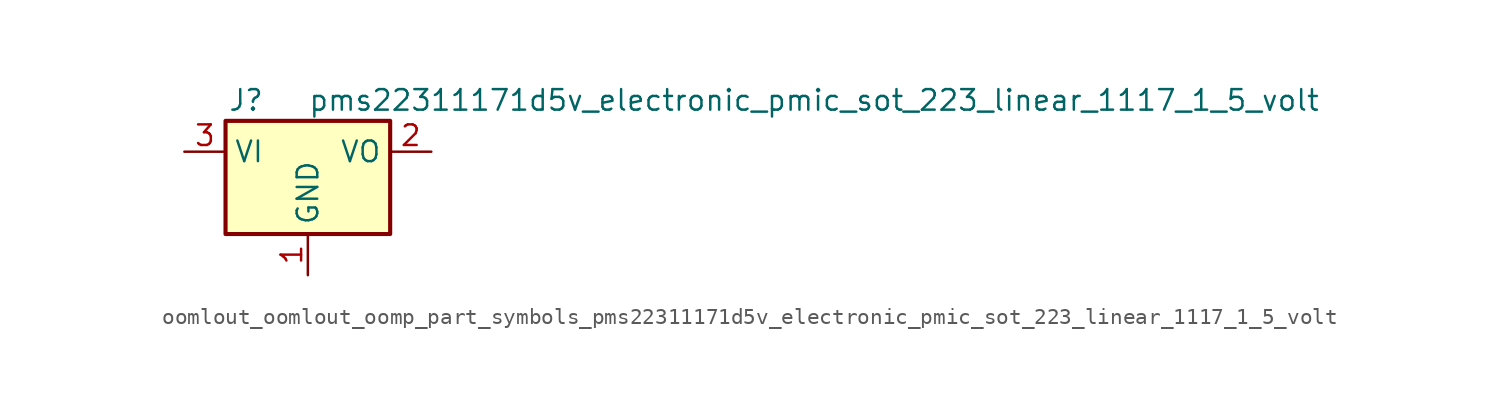
<source format=kicad_sym>
(kicad_symbol_lib
  (version 20220914)
  (generator kicad_symbol_editor)
  (symbol "oomlout_oomlout_oomp_part_symbols_pms22311171d5v_electronic_pmic_sot_223_linear_1117_1_5_volt"
    (property "Reference" "J"
      (at -3.81 3.175 0)
      (effects (font (size 1.27 1.27))))
    (property "Value" "pms22311171d5v_electronic_pmic_sot_223_linear_1117_1_5_volt"
      (at 0 3.175 0)
      (effects (font (size 1.27 1.27)) (justify left)))
    (symbol "oomlout_oomlout_oomp_part_symbols_pms22311171d5v_electronic_pmic_sot_223_linear_1117_1_5_volt_0_1"
      (rectangle (start -5.08 -5.08) (end 5.08 1.905) (stroke (width 0.254) (type default)) (fill (type background))))
    (symbol "oomlout_oomlout_oomp_part_symbols_pms22311171d5v_electronic_pmic_sot_223_linear_1117_1_5_volt_1_1"
      (pin power_in line (at 0 -7.62 90) (length 2.54) (name "GND" (effects (font (size 1.27 1.27)))) (number "1" (effects (font (size 1.27 1.27)))))
      (pin power_out line (at 7.62 0 180) (length 2.54) (name "VO" (effects (font (size 1.27 1.27)))) (number "2" (effects (font (size 1.27 1.27)))))
      (pin power_in line (at -7.62 0 0) (length 2.54) (name "VI" (effects (font (size 1.27 1.27)))) (number "3" (effects (font (size 1.27 1.27))))))))
</source>
